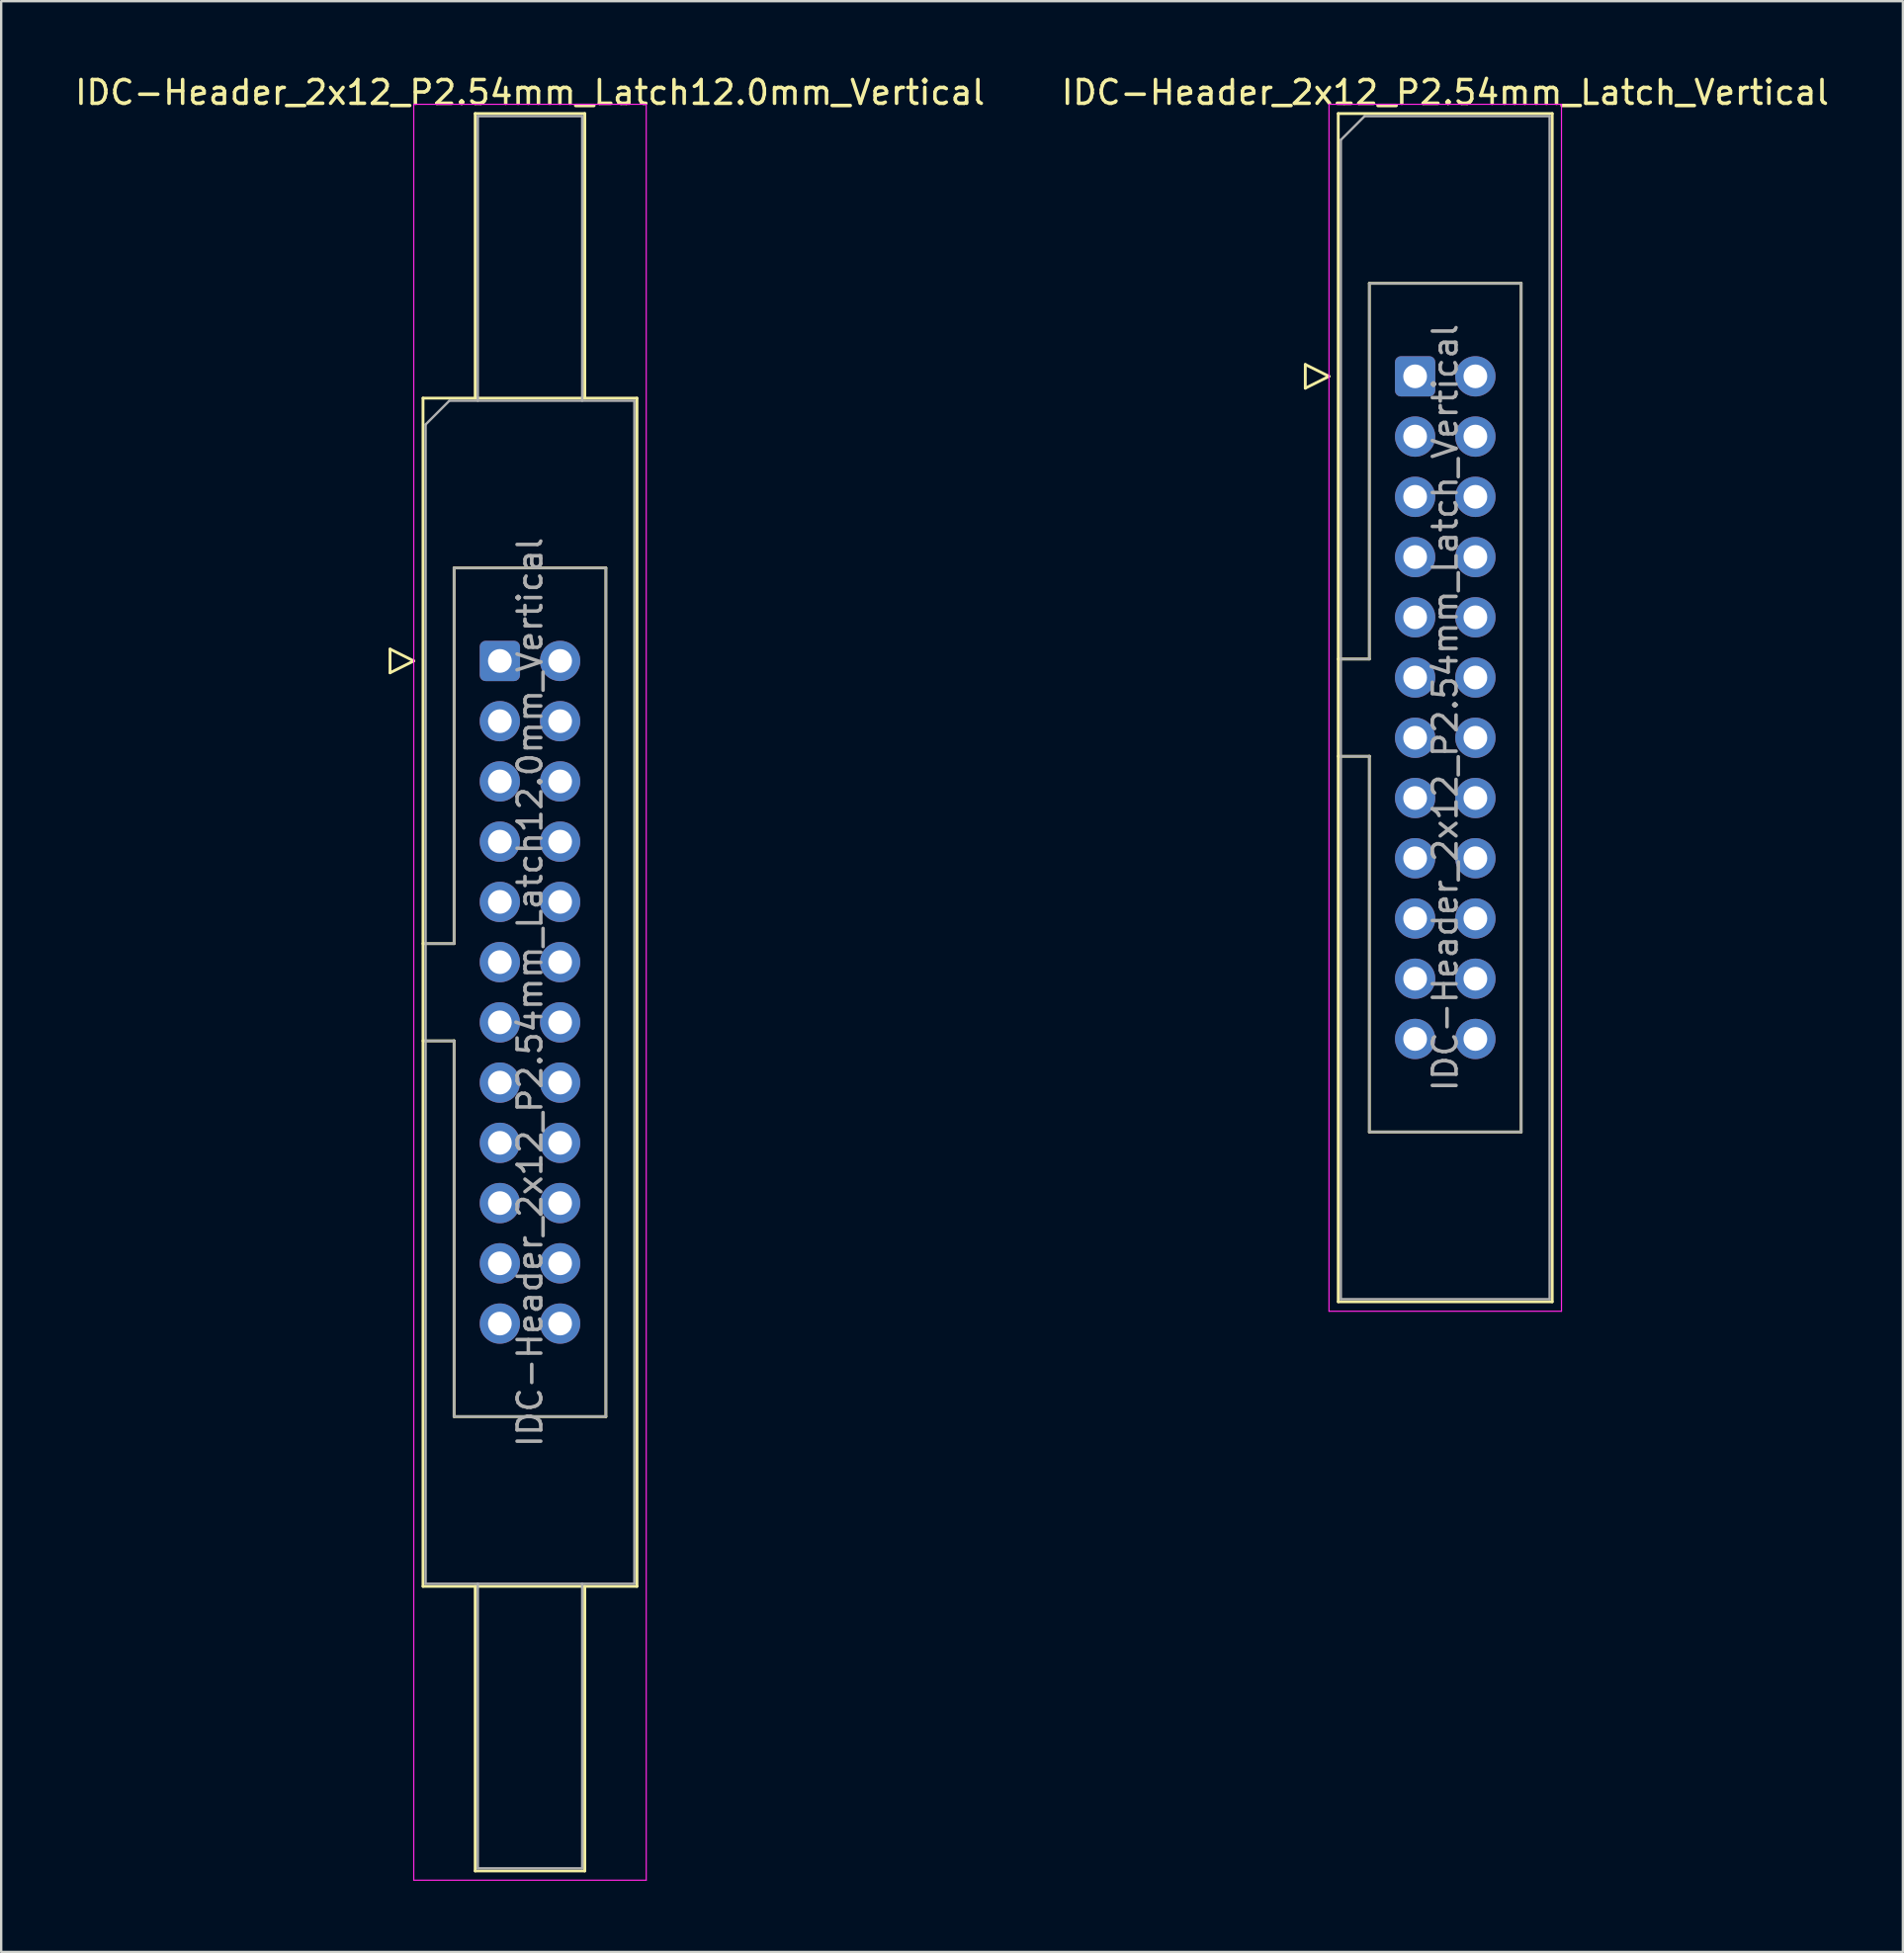
<source format=kicad_pcb>
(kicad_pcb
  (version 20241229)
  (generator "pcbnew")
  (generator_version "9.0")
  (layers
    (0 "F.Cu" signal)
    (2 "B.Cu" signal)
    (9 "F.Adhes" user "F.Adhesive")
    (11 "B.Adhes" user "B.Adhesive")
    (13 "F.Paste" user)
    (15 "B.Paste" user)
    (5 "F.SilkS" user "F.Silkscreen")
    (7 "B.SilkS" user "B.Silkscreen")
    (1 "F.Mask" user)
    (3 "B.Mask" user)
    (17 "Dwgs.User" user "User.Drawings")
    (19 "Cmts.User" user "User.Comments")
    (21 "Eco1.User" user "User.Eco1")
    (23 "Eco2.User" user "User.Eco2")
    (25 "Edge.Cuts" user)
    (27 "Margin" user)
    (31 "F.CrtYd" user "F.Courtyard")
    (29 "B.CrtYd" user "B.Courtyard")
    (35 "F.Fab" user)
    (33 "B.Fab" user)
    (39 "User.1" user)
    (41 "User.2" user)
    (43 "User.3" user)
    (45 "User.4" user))
  (footprint "IDC-Header_2x12_P2.54mm_Latch_Vertical"
    (layer "F.Cu")
    (at 56.605 12.818)
    (property "Reference" "IDC-Header_2x12_P2.54mm_Latch_Vertical" (at 1.27 -11.97 0) (layer "F.SilkS") (effects (font (size 1 1) (thickness 0.15))))
    (attr through_hole)
    (fp_line (start -4.63 -0.5) (end -4.63 0.5) (stroke (width 0.12) (type solid)) (layer "F.SilkS"))
    (fp_line (start -4.63 0.5) (end -3.63 0) (stroke (width 0.12) (type solid)) (layer "F.SilkS"))
    (fp_line (start -3.63 0) (end -4.63 -0.5) (stroke (width 0.12) (type solid)) (layer "F.SilkS"))
    (fp_line (start -3.24 -11.08) (end 5.78 -11.08) (stroke (width 0.12) (type solid)) (layer "F.SilkS"))
    (fp_line (start -3.24 11.92) (end -1.93 11.92) (stroke (width 0.12) (type solid)) (layer "F.SilkS"))
    (fp_line (start -3.24 39.02) (end -3.24 -11.08) (stroke (width 0.12) (type solid)) (layer "F.SilkS"))
    (fp_line (start -1.93 -3.92) (end 4.47 -3.92) (stroke (width 0.12) (type solid)) (layer "F.SilkS"))
    (fp_line (start -1.93 11.92) (end -1.93 -3.92) (stroke (width 0.12) (type solid)) (layer "F.SilkS"))
    (fp_line (start -1.93 16.02) (end -3.24 16.02) (stroke (width 0.12) (type solid)) (layer "F.SilkS"))
    (fp_line (start -1.93 16.02) (end -1.93 16.02) (stroke (width 0.12) (type solid)) (layer "F.SilkS"))
    (fp_line (start -1.93 31.86) (end -1.93 16.02) (stroke (width 0.12) (type solid)) (layer "F.SilkS"))
    (fp_line (start 4.47 -3.92) (end 4.47 31.86) (stroke (width 0.12) (type solid)) (layer "F.SilkS"))
    (fp_line (start 4.47 31.86) (end -1.93 31.86) (stroke (width 0.12) (type solid)) (layer "F.SilkS"))
    (fp_line (start 5.78 -11.08) (end 5.78 39.02) (stroke (width 0.12) (type solid)) (layer "F.SilkS"))
    (fp_line (start 5.78 39.02) (end -3.24 39.02) (stroke (width 0.12) (type solid)) (layer "F.SilkS"))
    (fp_line (start -3.63 -11.47) (end -3.63 39.42) (stroke (width 0.05) (type solid)) (layer "F.CrtYd"))
    (fp_line (start -3.63 39.42) (end 6.17 39.42) (stroke (width 0.05) (type solid)) (layer "F.CrtYd"))
    (fp_line (start 6.17 -11.47) (end -3.63 -11.47) (stroke (width 0.05) (type solid)) (layer "F.CrtYd"))
    (fp_line (start 6.17 39.42) (end 6.17 -11.47) (stroke (width 0.05) (type solid)) (layer "F.CrtYd"))
    (fp_line (start -3.13 -9.97) (end -2.13 -10.97) (stroke (width 0.1) (type solid)) (layer "F.Fab"))
    (fp_line (start -3.13 11.92) (end -1.93 11.92) (stroke (width 0.1) (type solid)) (layer "F.Fab"))
    (fp_line (start -3.13 38.91) (end -3.13 -9.97) (stroke (width 0.1) (type solid)) (layer "F.Fab"))
    (fp_line (start -2.13 -10.97) (end 5.67 -10.97) (stroke (width 0.1) (type solid)) (layer "F.Fab"))
    (fp_line (start -1.93 -3.92) (end 4.47 -3.92) (stroke (width 0.1) (type solid)) (layer "F.Fab"))
    (fp_line (start -1.93 11.92) (end -1.93 -3.92) (stroke (width 0.1) (type solid)) (layer "F.Fab"))
    (fp_line (start -1.93 16.02) (end -3.13 16.02) (stroke (width 0.1) (type solid)) (layer "F.Fab"))
    (fp_line (start -1.93 16.02) (end -1.93 16.02) (stroke (width 0.1) (type solid)) (layer "F.Fab"))
    (fp_line (start -1.93 31.86) (end -1.93 16.02) (stroke (width 0.1) (type solid)) (layer "F.Fab"))
    (fp_line (start 4.47 -3.92) (end 4.47 31.86) (stroke (width 0.1) (type solid)) (layer "F.Fab"))
    (fp_line (start 4.47 31.86) (end -1.93 31.86) (stroke (width 0.1) (type solid)) (layer "F.Fab"))
    (fp_line (start 5.67 -10.97) (end 5.67 38.91) (stroke (width 0.1) (type solid)) (layer "F.Fab"))
    (fp_line (start 5.67 38.91) (end -3.13 38.91) (stroke (width 0.1) (type solid)) (layer "F.Fab"))
    (fp_text user "${REFERENCE}" (at 1.27 13.97 90) (layer "F.Fab") (effects (font (size 1 1) (thickness 0.15))))
    (pad "1" thru_hole roundrect (at 0 0) (size 1.7 1.7) (drill 1) (layers "*.Cu" "*.Mask") (roundrect_rratio 0.147))
    (pad "2" thru_hole circle (at 2.54 0) (size 1.7 1.7) (drill 1) (layers "*.Cu" "*.Mask"))
    (pad "3" thru_hole circle (at 0 2.54) (size 1.7 1.7) (drill 1) (layers "*.Cu" "*.Mask"))
    (pad "4" thru_hole circle (at 2.54 2.54) (size 1.7 1.7) (drill 1) (layers "*.Cu" "*.Mask"))
    (pad "5" thru_hole circle (at 0 5.08) (size 1.7 1.7) (drill 1) (layers "*.Cu" "*.Mask"))
    (pad "6" thru_hole circle (at 2.54 5.08) (size 1.7 1.7) (drill 1) (layers "*.Cu" "*.Mask"))
    (pad "7" thru_hole circle (at 0 7.62) (size 1.7 1.7) (drill 1) (layers "*.Cu" "*.Mask"))
    (pad "8" thru_hole circle (at 2.54 7.62) (size 1.7 1.7) (drill 1) (layers "*.Cu" "*.Mask"))
    (pad "9" thru_hole circle (at 0 10.16) (size 1.7 1.7) (drill 1) (layers "*.Cu" "*.Mask"))
    (pad "10" thru_hole circle (at 2.54 10.16) (size 1.7 1.7) (drill 1) (layers "*.Cu" "*.Mask"))
    (pad "11" thru_hole circle (at 0 12.7) (size 1.7 1.7) (drill 1) (layers "*.Cu" "*.Mask"))
    (pad "12" thru_hole circle (at 2.54 12.7) (size 1.7 1.7) (drill 1) (layers "*.Cu" "*.Mask"))
    (pad "13" thru_hole circle (at 0 15.24) (size 1.7 1.7) (drill 1) (layers "*.Cu" "*.Mask"))
    (pad "14" thru_hole circle (at 2.54 15.24) (size 1.7 1.7) (drill 1) (layers "*.Cu" "*.Mask"))
    (pad "15" thru_hole circle (at 0 17.78) (size 1.7 1.7) (drill 1) (layers "*.Cu" "*.Mask"))
    (pad "16" thru_hole circle (at 2.54 17.78) (size 1.7 1.7) (drill 1) (layers "*.Cu" "*.Mask"))
    (pad "17" thru_hole circle (at 0 20.32) (size 1.7 1.7) (drill 1) (layers "*.Cu" "*.Mask"))
    (pad "18" thru_hole circle (at 2.54 20.32) (size 1.7 1.7) (drill 1) (layers "*.Cu" "*.Mask"))
    (pad "19" thru_hole circle (at 0 22.86) (size 1.7 1.7) (drill 1) (layers "*.Cu" "*.Mask"))
    (pad "20" thru_hole circle (at 2.54 22.86) (size 1.7 1.7) (drill 1) (layers "*.Cu" "*.Mask"))
    (pad "21" thru_hole circle (at 0 25.4) (size 1.7 1.7) (drill 1) (layers "*.Cu" "*.Mask"))
    (pad "22" thru_hole circle (at 2.54 25.4) (size 1.7 1.7) (drill 1) (layers "*.Cu" "*.Mask"))
    (pad "23" thru_hole circle (at 0 27.94) (size 1.7 1.7) (drill 1) (layers "*.Cu" "*.Mask"))
    (pad "24" thru_hole circle (at 2.54 27.94) (size 1.7 1.7) (drill 1) (layers "*.Cu" "*.Mask")))
  (footprint "IDC-Header_2x12_P2.54mm_Latch12.0mm_Vertical"
    (layer "F.Cu")
    (at 18.022 24.818)
    (property "Reference" "IDC-Header_2x12_P2.54mm_Latch12.0mm_Vertical" (at 1.27 -23.97 0) (layer "F.SilkS") (effects (font (size 1 1) (thickness 0.15))))
    (attr through_hole)
    (fp_line (start -4.63 -0.5) (end -4.63 0.5) (stroke (width 0.12) (type solid)) (layer "F.SilkS"))
    (fp_line (start -4.63 0.5) (end -3.63 0) (stroke (width 0.12) (type solid)) (layer "F.SilkS"))
    (fp_line (start -3.63 0) (end -4.63 -0.5) (stroke (width 0.12) (type solid)) (layer "F.SilkS"))
    (fp_line (start -3.24 -11.08) (end 5.78 -11.08) (stroke (width 0.12) (type solid)) (layer "F.SilkS"))
    (fp_line (start -3.24 11.92) (end -1.93 11.92) (stroke (width 0.12) (type solid)) (layer "F.SilkS"))
    (fp_line (start -3.24 39.02) (end -3.24 -11.08) (stroke (width 0.12) (type solid)) (layer "F.SilkS"))
    (fp_line (start -1.93 -3.92) (end 4.47 -3.92) (stroke (width 0.12) (type solid)) (layer "F.SilkS"))
    (fp_line (start -1.93 11.92) (end -1.93 -3.92) (stroke (width 0.12) (type solid)) (layer "F.SilkS"))
    (fp_line (start -1.93 16.02) (end -3.24 16.02) (stroke (width 0.12) (type solid)) (layer "F.SilkS"))
    (fp_line (start -1.93 16.02) (end -1.93 16.02) (stroke (width 0.12) (type solid)) (layer "F.SilkS"))
    (fp_line (start -1.93 31.86) (end -1.93 16.02) (stroke (width 0.12) (type solid)) (layer "F.SilkS"))
    (fp_line (start -1.04 -23.08) (end 3.58 -23.08) (stroke (width 0.12) (type solid)) (layer "F.SilkS"))
    (fp_line (start -1.04 -11.08) (end -1.04 -23.08) (stroke (width 0.12) (type solid)) (layer "F.SilkS"))
    (fp_line (start -1.04 39.02) (end -1.04 51.02) (stroke (width 0.12) (type solid)) (layer "F.SilkS"))
    (fp_line (start -1.04 51.02) (end 3.58 51.02) (stroke (width 0.12) (type solid)) (layer "F.SilkS"))
    (fp_line (start 3.58 -23.08) (end 3.58 -11.08) (stroke (width 0.12) (type solid)) (layer "F.SilkS"))
    (fp_line (start 3.58 51.02) (end 3.58 39.02) (stroke (width 0.12) (type solid)) (layer "F.SilkS"))
    (fp_line (start 4.47 -3.92) (end 4.47 31.86) (stroke (width 0.12) (type solid)) (layer "F.SilkS"))
    (fp_line (start 4.47 31.86) (end -1.93 31.86) (stroke (width 0.12) (type solid)) (layer "F.SilkS"))
    (fp_line (start 5.78 -11.08) (end 5.78 39.02) (stroke (width 0.12) (type solid)) (layer "F.SilkS"))
    (fp_line (start 5.78 39.02) (end -3.24 39.02) (stroke (width 0.12) (type solid)) (layer "F.SilkS"))
    (fp_line (start -3.63 -23.47) (end -3.63 51.41) (stroke (width 0.05) (type solid)) (layer "F.CrtYd"))
    (fp_line (start -3.63 51.41) (end 6.17 51.41) (stroke (width 0.05) (type solid)) (layer "F.CrtYd"))
    (fp_line (start 6.17 -23.47) (end -3.63 -23.47) (stroke (width 0.05) (type solid)) (layer "F.CrtYd"))
    (fp_line (start 6.17 51.41) (end 6.17 -23.47) (stroke (width 0.05) (type solid)) (layer "F.CrtYd"))
    (fp_line (start -3.13 -9.97) (end -2.13 -10.97) (stroke (width 0.1) (type solid)) (layer "F.Fab"))
    (fp_line (start -3.13 11.92) (end -1.93 11.92) (stroke (width 0.1) (type solid)) (layer "F.Fab"))
    (fp_line (start -3.13 38.91) (end -3.13 -9.97) (stroke (width 0.1) (type solid)) (layer "F.Fab"))
    (fp_line (start -2.13 -10.97) (end 5.67 -10.97) (stroke (width 0.1) (type solid)) (layer "F.Fab"))
    (fp_line (start -1.93 -3.92) (end 4.47 -3.92) (stroke (width 0.1) (type solid)) (layer "F.Fab"))
    (fp_line (start -1.93 11.92) (end -1.93 -3.92) (stroke (width 0.1) (type solid)) (layer "F.Fab"))
    (fp_line (start -1.93 16.02) (end -3.13 16.02) (stroke (width 0.1) (type solid)) (layer "F.Fab"))
    (fp_line (start -1.93 16.02) (end -1.93 16.02) (stroke (width 0.1) (type solid)) (layer "F.Fab"))
    (fp_line (start -1.93 31.86) (end -1.93 16.02) (stroke (width 0.1) (type solid)) (layer "F.Fab"))
    (fp_line (start -0.93 -22.97) (end 3.47 -22.97) (stroke (width 0.1) (type solid)) (layer "F.Fab"))
    (fp_line (start -0.93 -10.97) (end -0.93 -22.97) (stroke (width 0.1) (type solid)) (layer "F.Fab"))
    (fp_line (start -0.93 38.91) (end -0.93 50.91) (stroke (width 0.1) (type solid)) (layer "F.Fab"))
    (fp_line (start -0.93 50.91) (end 3.47 50.91) (stroke (width 0.1) (type solid)) (layer "F.Fab"))
    (fp_line (start 3.47 -22.97) (end 3.47 -10.97) (stroke (width 0.1) (type solid)) (layer "F.Fab"))
    (fp_line (start 3.47 50.91) (end 3.47 38.91) (stroke (width 0.1) (type solid)) (layer "F.Fab"))
    (fp_line (start 4.47 -3.92) (end 4.47 31.86) (stroke (width 0.1) (type solid)) (layer "F.Fab"))
    (fp_line (start 4.47 31.86) (end -1.93 31.86) (stroke (width 0.1) (type solid)) (layer "F.Fab"))
    (fp_line (start 5.67 -10.97) (end 5.67 38.91) (stroke (width 0.1) (type solid)) (layer "F.Fab"))
    (fp_line (start 5.67 38.91) (end -3.13 38.91) (stroke (width 0.1) (type solid)) (layer "F.Fab"))
    (fp_text user "${REFERENCE}" (at 1.27 13.97 90) (layer "F.Fab") (effects (font (size 1 1) (thickness 0.15))))
    (pad "1" thru_hole roundrect (at 0 0) (size 1.7 1.7) (drill 1) (layers "*.Cu" "*.Mask") (roundrect_rratio 0.147))
    (pad "2" thru_hole circle (at 2.54 0) (size 1.7 1.7) (drill 1) (layers "*.Cu" "*.Mask"))
    (pad "3" thru_hole circle (at 0 2.54) (size 1.7 1.7) (drill 1) (layers "*.Cu" "*.Mask"))
    (pad "4" thru_hole circle (at 2.54 2.54) (size 1.7 1.7) (drill 1) (layers "*.Cu" "*.Mask"))
    (pad "5" thru_hole circle (at 0 5.08) (size 1.7 1.7) (drill 1) (layers "*.Cu" "*.Mask"))
    (pad "6" thru_hole circle (at 2.54 5.08) (size 1.7 1.7) (drill 1) (layers "*.Cu" "*.Mask"))
    (pad "7" thru_hole circle (at 0 7.62) (size 1.7 1.7) (drill 1) (layers "*.Cu" "*.Mask"))
    (pad "8" thru_hole circle (at 2.54 7.62) (size 1.7 1.7) (drill 1) (layers "*.Cu" "*.Mask"))
    (pad "9" thru_hole circle (at 0 10.16) (size 1.7 1.7) (drill 1) (layers "*.Cu" "*.Mask"))
    (pad "10" thru_hole circle (at 2.54 10.16) (size 1.7 1.7) (drill 1) (layers "*.Cu" "*.Mask"))
    (pad "11" thru_hole circle (at 0 12.7) (size 1.7 1.7) (drill 1) (layers "*.Cu" "*.Mask"))
    (pad "12" thru_hole circle (at 2.54 12.7) (size 1.7 1.7) (drill 1) (layers "*.Cu" "*.Mask"))
    (pad "13" thru_hole circle (at 0 15.24) (size 1.7 1.7) (drill 1) (layers "*.Cu" "*.Mask"))
    (pad "14" thru_hole circle (at 2.54 15.24) (size 1.7 1.7) (drill 1) (layers "*.Cu" "*.Mask"))
    (pad "15" thru_hole circle (at 0 17.78) (size 1.7 1.7) (drill 1) (layers "*.Cu" "*.Mask"))
    (pad "16" thru_hole circle (at 2.54 17.78) (size 1.7 1.7) (drill 1) (layers "*.Cu" "*.Mask"))
    (pad "17" thru_hole circle (at 0 20.32) (size 1.7 1.7) (drill 1) (layers "*.Cu" "*.Mask"))
    (pad "18" thru_hole circle (at 2.54 20.32) (size 1.7 1.7) (drill 1) (layers "*.Cu" "*.Mask"))
    (pad "19" thru_hole circle (at 0 22.86) (size 1.7 1.7) (drill 1) (layers "*.Cu" "*.Mask"))
    (pad "20" thru_hole circle (at 2.54 22.86) (size 1.7 1.7) (drill 1) (layers "*.Cu" "*.Mask"))
    (pad "21" thru_hole circle (at 0 25.4) (size 1.7 1.7) (drill 1) (layers "*.Cu" "*.Mask"))
    (pad "22" thru_hole circle (at 2.54 25.4) (size 1.7 1.7) (drill 1) (layers "*.Cu" "*.Mask"))
    (pad "23" thru_hole circle (at 0 27.94) (size 1.7 1.7) (drill 1) (layers "*.Cu" "*.Mask"))
    (pad "24" thru_hole circle (at 2.54 27.94) (size 1.7 1.7) (drill 1) (layers "*.Cu" "*.Mask")))
  (gr_rect
    (start -3 -3)
    (end 77.167 79.253)
    (stroke (width 0.1) (type default))
    (fill no)
    (layer "Edge.Cuts")))
</source>
